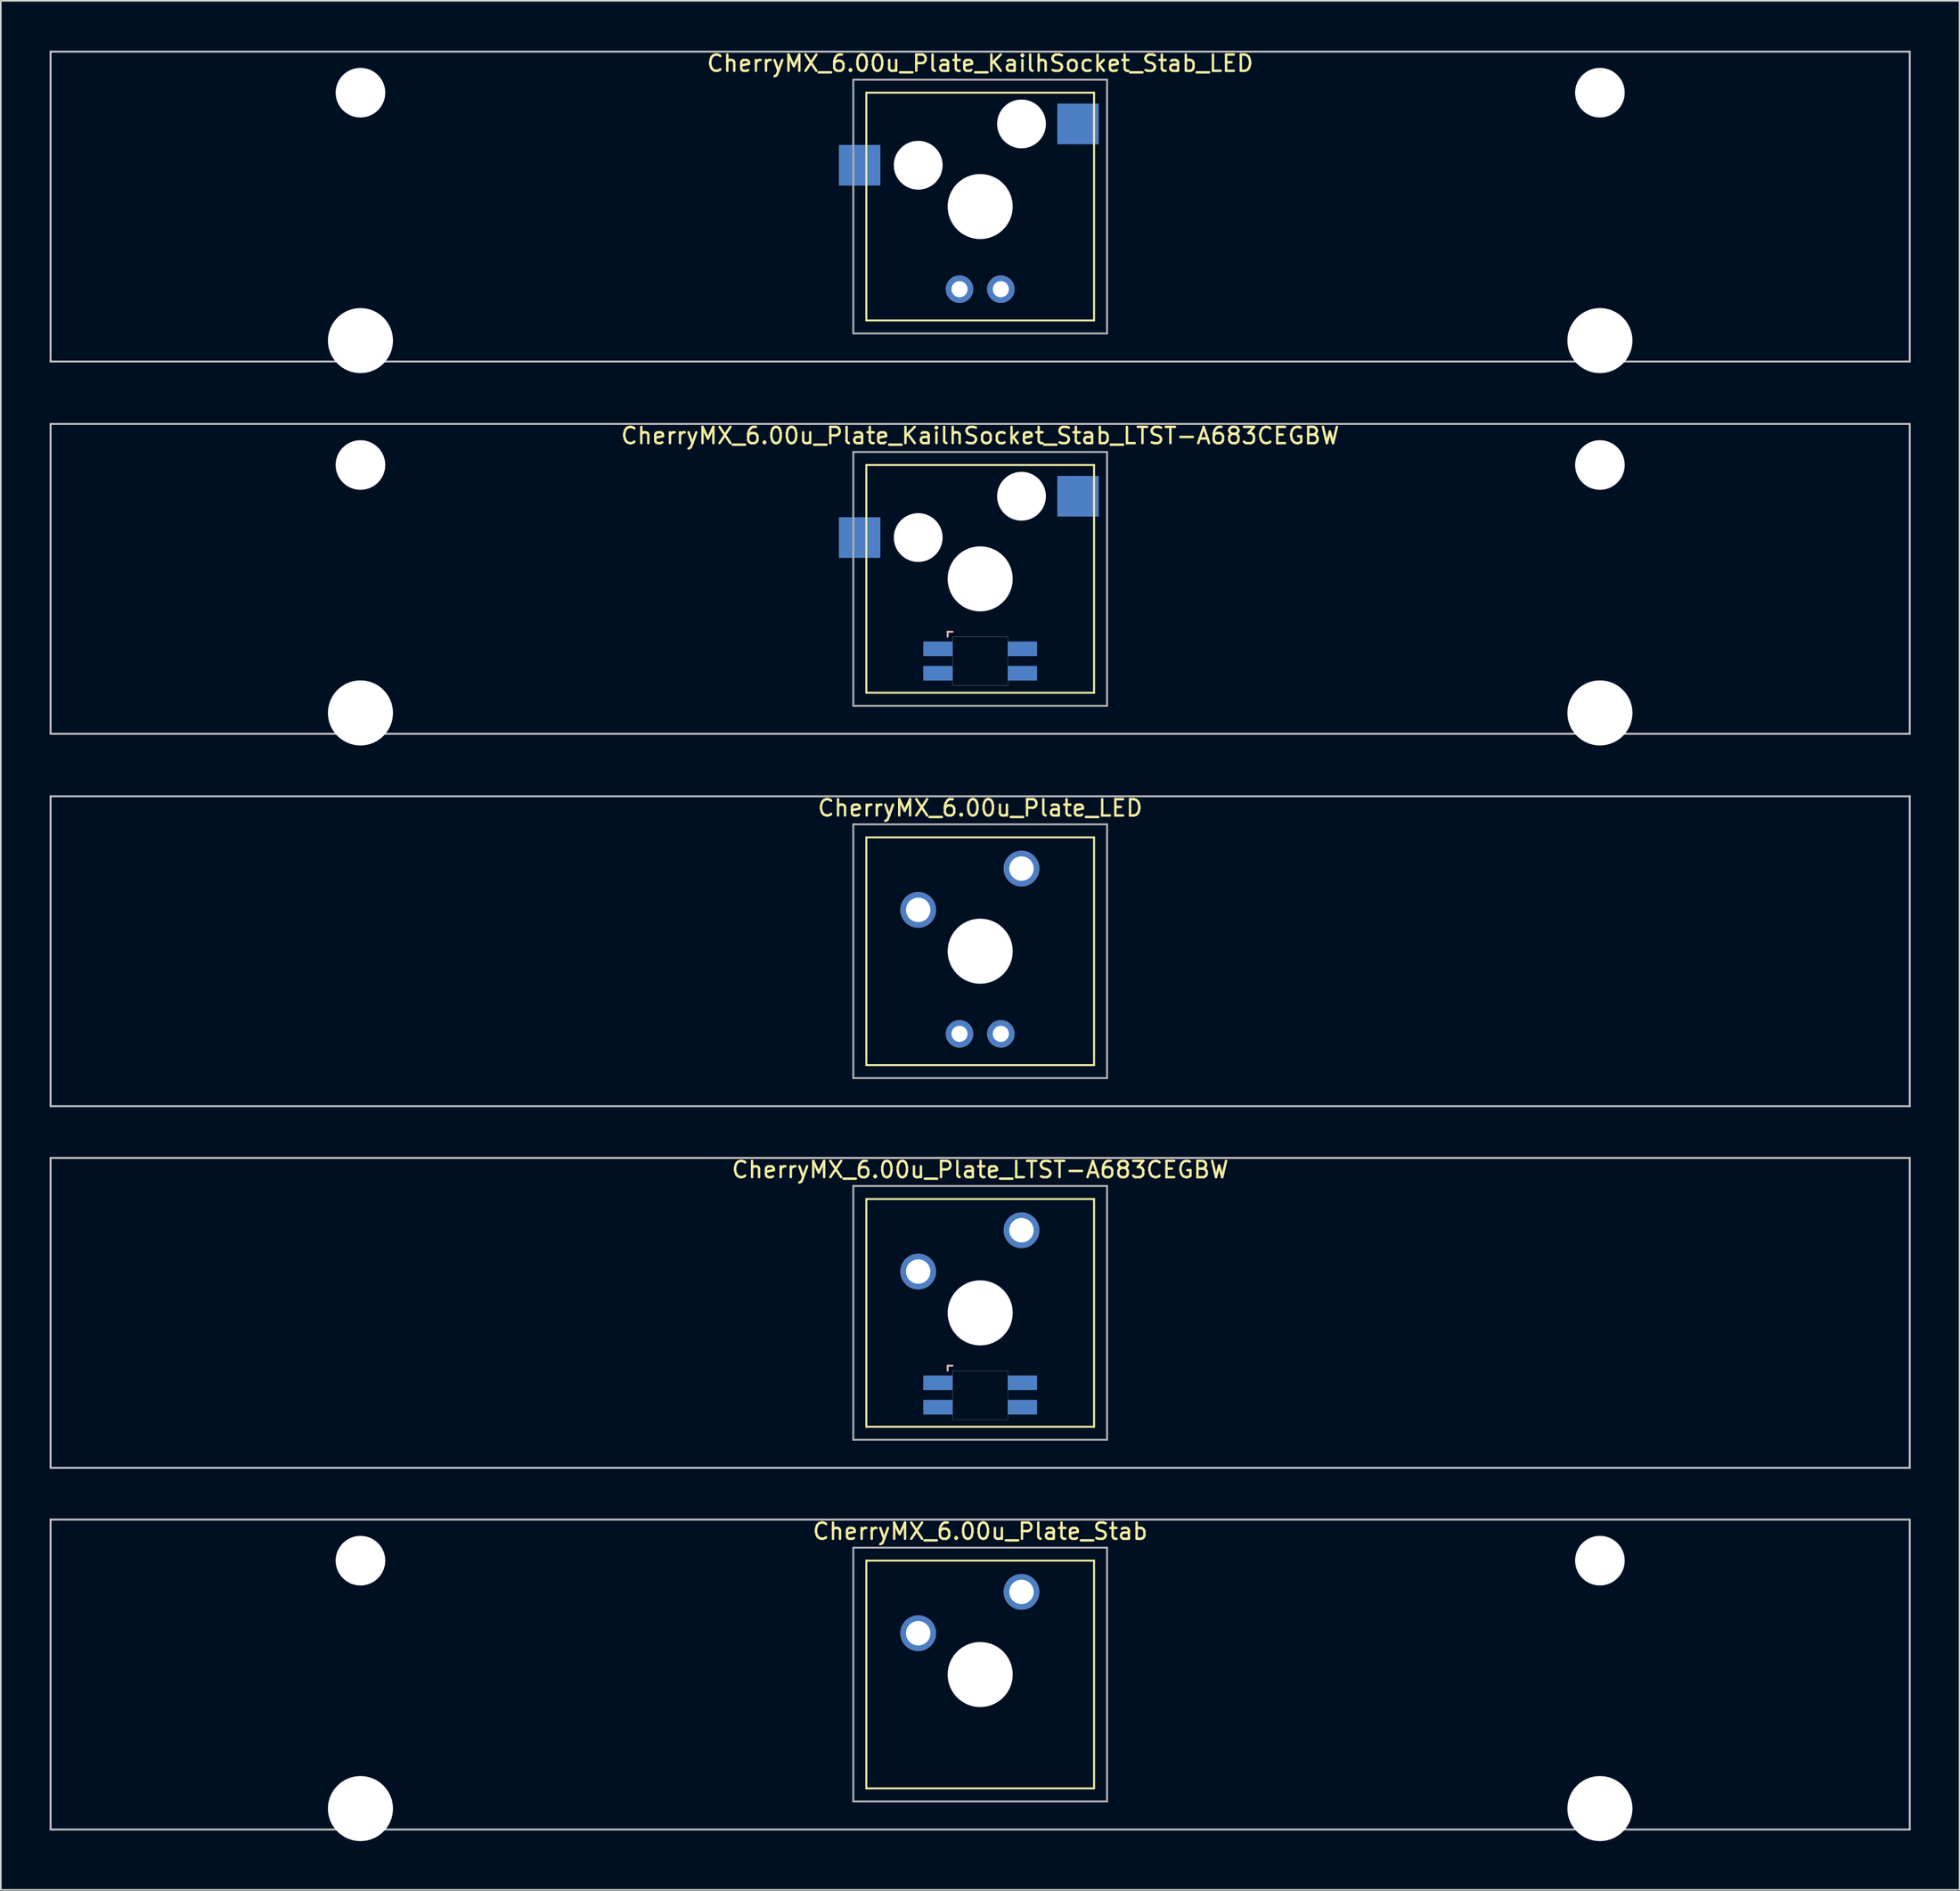
<source format=kicad_pcb>
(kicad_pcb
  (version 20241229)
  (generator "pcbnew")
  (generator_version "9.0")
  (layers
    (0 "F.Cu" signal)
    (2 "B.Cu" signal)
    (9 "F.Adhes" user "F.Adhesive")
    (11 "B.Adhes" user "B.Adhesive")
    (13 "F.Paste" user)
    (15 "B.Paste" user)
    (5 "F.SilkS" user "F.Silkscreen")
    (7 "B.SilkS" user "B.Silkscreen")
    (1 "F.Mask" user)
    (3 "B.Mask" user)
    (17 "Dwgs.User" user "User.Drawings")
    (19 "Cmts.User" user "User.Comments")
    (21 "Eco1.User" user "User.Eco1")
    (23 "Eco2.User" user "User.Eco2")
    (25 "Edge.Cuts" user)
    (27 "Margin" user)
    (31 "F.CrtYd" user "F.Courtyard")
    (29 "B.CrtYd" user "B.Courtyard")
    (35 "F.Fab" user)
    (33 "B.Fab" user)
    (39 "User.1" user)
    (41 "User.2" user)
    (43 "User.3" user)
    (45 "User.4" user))
  (footprint "CherryMX_6.00u_Plate_LTST-A683CEGBW"
    (layer "F.Cu")
    (at 57.21 77.658)
    (property "Reference" "CherryMX_6.00u_Plate_LTST-A683CEGBW" (at 0 -8.8 0) (layer "F.SilkS") (effects (font (size 1 1) (thickness 0.15))))
    (attr through_hole)
    (fp_line (start -7 -7) (end -7 7) (stroke (width 0.12) (type solid)) (layer "F.SilkS"))
    (fp_line (start -7 -7) (end 7 -7) (stroke (width 0.12) (type solid)) (layer "F.SilkS"))
    (fp_line (start 7 -7) (end 7 7) (stroke (width 0.12) (type solid)) (layer "F.SilkS"))
    (fp_line (start 7 7) (end -7 7) (stroke (width 0.12) (type solid)) (layer "F.SilkS"))
    (fp_line (start -2 3.25) (end -2 3.55) (stroke (width 0.12) (type solid)) (layer "B.SilkS"))
    (fp_line (start -1.7 3.25) (end -2 3.25) (stroke (width 0.12) (type solid)) (layer "B.SilkS"))
    (fp_line (start -57.15 -9.525) (end 57.15 -9.525) (stroke (width 0.12) (type solid)) (layer "Dwgs.User"))
    (fp_line (start -57.15 9.525) (end -57.15 -9.525) (stroke (width 0.12) (type solid)) (layer "Dwgs.User"))
    (fp_line (start 57.15 -9.525) (end 57.15 9.525) (stroke (width 0.12) (type solid)) (layer "Dwgs.User"))
    (fp_line (start 57.15 9.525) (end -57.15 9.525) (stroke (width 0.12) (type solid)) (layer "Dwgs.User"))
    (fp_poly (pts (xy 1.7 6.55) (xy -1.7 6.55) (xy -1.7 3.55) (xy 1.7 3.55)) (stroke (width 0.01) (type solid)) (fill no) (layer "Edge.Cuts"))
    (fp_line (start -7.8 -7.8) (end -7.8 7.8) (stroke (width 0.12) (type solid)) (layer "F.Fab"))
    (fp_line (start -7.8 -7.8) (end 7.8 -7.8) (stroke (width 0.12) (type solid)) (layer "F.Fab"))
    (fp_line (start -7.8 7.8) (end 7.8 7.8) (stroke (width 0.12) (type solid)) (layer "F.Fab"))
    (fp_line (start 7.8 -7.8) (end 7.8 7.8) (stroke (width 0.12) (type solid)) (layer "F.Fab"))
    (pad "" np_thru_hole circle (at 0 0) (size 4 4) (drill 4) (layers "*.Cu" "*.Mask"))
    (pad "1" thru_hole circle (at -3.81 -2.54) (size 2.2 2.2) (drill 1.5) (layers "*.Cu" "*.Mask"))
    (pad "2" thru_hole circle (at 2.54 -5.08) (size 2.2 2.2) (drill 1.5) (layers "*.Cu" "*.Mask"))
    (pad "3" smd rect (at -2.6 4.3) (size 1.8 0.9) (layers "B.Cu" "B.Mask" "B.Paste"))
    (pad "4" smd rect (at -2.6 5.8) (size 1.8 0.9) (layers "B.Cu" "B.Mask" "B.Paste"))
    (pad "5" smd rect (at 2.6 4.3) (size 1.8 0.9) (layers "B.Cu" "B.Mask" "B.Paste"))
    (pad "6" smd rect (at 2.6 5.8) (size 1.8 0.9) (layers "B.Cu" "B.Mask" "B.Paste")))
  (footprint "CherryMX_6.00u_Plate_KailhSocket_Stab_LED"
    (layer "F.Cu")
    (at 57.21 9.648)
    (property "Reference" "CherryMX_6.00u_Plate_KailhSocket_Stab_LED" (at 0 -8.8 0) (layer "F.SilkS") (effects (font (size 1 1) (thickness 0.15))))
    (attr through_hole)
    (fp_line (start -7 -7) (end -7 7) (stroke (width 0.12) (type solid)) (layer "F.SilkS"))
    (fp_line (start -7 -7) (end 7 -7) (stroke (width 0.12) (type solid)) (layer "F.SilkS"))
    (fp_line (start 7 -7) (end 7 7) (stroke (width 0.12) (type solid)) (layer "F.SilkS"))
    (fp_line (start 7 7) (end -7 7) (stroke (width 0.12) (type solid)) (layer "F.SilkS"))
    (fp_line (start -57.15 -9.525) (end 57.15 -9.525) (stroke (width 0.12) (type solid)) (layer "Dwgs.User"))
    (fp_line (start -57.15 9.525) (end -57.15 -9.525) (stroke (width 0.12) (type solid)) (layer "Dwgs.User"))
    (fp_line (start 57.15 -9.525) (end 57.15 9.525) (stroke (width 0.12) (type solid)) (layer "Dwgs.User"))
    (fp_line (start 57.15 9.525) (end -57.15 9.525) (stroke (width 0.12) (type solid)) (layer "Dwgs.User"))
    (fp_line (start -7.8 -7.8) (end -7.8 7.8) (stroke (width 0.12) (type solid)) (layer "F.Fab"))
    (fp_line (start -7.8 -7.8) (end 7.8 -7.8) (stroke (width 0.12) (type solid)) (layer "F.Fab"))
    (fp_line (start -7.8 7.8) (end 7.8 7.8) (stroke (width 0.12) (type solid)) (layer "F.Fab"))
    (fp_line (start 7.8 -7.8) (end 7.8 7.8) (stroke (width 0.12) (type solid)) (layer "F.Fab"))
    (pad "" np_thru_hole circle (at -38.1 -7) (size 3.05 3.05) (drill 3.05) (layers "*.Cu" "*.Mask"))
    (pad "" np_thru_hole circle (at -38.1 8.24) (size 4 4) (drill 4) (layers "*.Cu" "*.Mask"))
    (pad "" np_thru_hole circle (at -3.81 -2.54) (size 3 3) (drill 3) (layers "*.Cu" "*.Mask"))
    (pad "" np_thru_hole circle (at 0 0) (size 4 4) (drill 4) (layers "*.Cu" "*.Mask"))
    (pad "" np_thru_hole circle (at 2.54 -5.08) (size 3 3) (drill 3) (layers "*.Cu" "*.Mask"))
    (pad "" np_thru_hole circle (at 38.1 -7) (size 3.05 3.05) (drill 3.05) (layers "*.Cu" "*.Mask"))
    (pad "" np_thru_hole circle (at 38.1 8.24) (size 4 4) (drill 4) (layers "*.Cu" "*.Mask"))
    (pad "1" smd rect (at -7.41 -2.54) (size 2.55 2.5) (layers "B.Cu" "B.Mask" "B.Paste"))
    (pad "2" smd rect (at 6.015 -5.08) (size 2.55 2.5) (layers "B.Cu" "B.Mask" "B.Paste"))
    (pad "3" thru_hole circle (at -1.27 5.08) (size 1.691 1.691) (drill 0.991) (layers "*.Cu" "*.Mask"))
    (pad "4" thru_hole circle (at 1.27 5.08) (size 1.691 1.691) (drill 0.991) (layers "*.Cu" "*.Mask")))
  (footprint "CherryMX_6.00u_Plate_LED"
    (layer "F.Cu")
    (at 57.21 55.425)
    (property "Reference" "CherryMX_6.00u_Plate_LED" (at 0 -8.8 0) (layer "F.SilkS") (effects (font (size 1 1) (thickness 0.15))))
    (attr through_hole)
    (fp_line (start -7 -7) (end -7 7) (stroke (width 0.12) (type solid)) (layer "F.SilkS"))
    (fp_line (start -7 -7) (end 7 -7) (stroke (width 0.12) (type solid)) (layer "F.SilkS"))
    (fp_line (start 7 -7) (end 7 7) (stroke (width 0.12) (type solid)) (layer "F.SilkS"))
    (fp_line (start 7 7) (end -7 7) (stroke (width 0.12) (type solid)) (layer "F.SilkS"))
    (fp_line (start -57.15 -9.525) (end 57.15 -9.525) (stroke (width 0.12) (type solid)) (layer "Dwgs.User"))
    (fp_line (start -57.15 9.525) (end -57.15 -9.525) (stroke (width 0.12) (type solid)) (layer "Dwgs.User"))
    (fp_line (start 57.15 -9.525) (end 57.15 9.525) (stroke (width 0.12) (type solid)) (layer "Dwgs.User"))
    (fp_line (start 57.15 9.525) (end -57.15 9.525) (stroke (width 0.12) (type solid)) (layer "Dwgs.User"))
    (fp_line (start -7.8 -7.8) (end -7.8 7.8) (stroke (width 0.12) (type solid)) (layer "F.Fab"))
    (fp_line (start -7.8 -7.8) (end 7.8 -7.8) (stroke (width 0.12) (type solid)) (layer "F.Fab"))
    (fp_line (start -7.8 7.8) (end 7.8 7.8) (stroke (width 0.12) (type solid)) (layer "F.Fab"))
    (fp_line (start 7.8 -7.8) (end 7.8 7.8) (stroke (width 0.12) (type solid)) (layer "F.Fab"))
    (pad "" np_thru_hole circle (at 0 0) (size 4 4) (drill 4) (layers "*.Cu" "*.Mask"))
    (pad "1" thru_hole circle (at -3.81 -2.54) (size 2.2 2.2) (drill 1.5) (layers "*.Cu" "*.Mask"))
    (pad "2" thru_hole circle (at 2.54 -5.08) (size 2.2 2.2) (drill 1.5) (layers "*.Cu" "*.Mask"))
    (pad "3" thru_hole circle (at -1.27 5.08) (size 1.691 1.691) (drill 0.991) (layers "*.Cu" "*.Mask"))
    (pad "4" thru_hole circle (at 1.27 5.08) (size 1.691 1.691) (drill 0.991) (layers "*.Cu" "*.Mask")))
  (footprint "CherryMX_6.00u_Plate_KailhSocket_Stab_LTST-A683CEGBW"
    (layer "F.Cu")
    (at 57.21 32.536)
    (property "Reference" "CherryMX_6.00u_Plate_KailhSocket_Stab_LTST-A683CEGBW" (at 0 -8.8 0) (layer "F.SilkS") (effects (font (size 1 1) (thickness 0.15))))
    (attr through_hole)
    (fp_line (start -7 -7) (end -7 7) (stroke (width 0.12) (type solid)) (layer "F.SilkS"))
    (fp_line (start -7 -7) (end 7 -7) (stroke (width 0.12) (type solid)) (layer "F.SilkS"))
    (fp_line (start 7 -7) (end 7 7) (stroke (width 0.12) (type solid)) (layer "F.SilkS"))
    (fp_line (start 7 7) (end -7 7) (stroke (width 0.12) (type solid)) (layer "F.SilkS"))
    (fp_line (start -2 3.25) (end -2 3.55) (stroke (width 0.12) (type solid)) (layer "B.SilkS"))
    (fp_line (start -1.7 3.25) (end -2 3.25) (stroke (width 0.12) (type solid)) (layer "B.SilkS"))
    (fp_line (start -57.15 -9.525) (end 57.15 -9.525) (stroke (width 0.12) (type solid)) (layer "Dwgs.User"))
    (fp_line (start -57.15 9.525) (end -57.15 -9.525) (stroke (width 0.12) (type solid)) (layer "Dwgs.User"))
    (fp_line (start 57.15 -9.525) (end 57.15 9.525) (stroke (width 0.12) (type solid)) (layer "Dwgs.User"))
    (fp_line (start 57.15 9.525) (end -57.15 9.525) (stroke (width 0.12) (type solid)) (layer "Dwgs.User"))
    (fp_poly (pts (xy 1.7 6.55) (xy -1.7 6.55) (xy -1.7 3.55) (xy 1.7 3.55)) (stroke (width 0.01) (type solid)) (fill no) (layer "Edge.Cuts"))
    (fp_line (start -7.8 -7.8) (end -7.8 7.8) (stroke (width 0.12) (type solid)) (layer "F.Fab"))
    (fp_line (start -7.8 -7.8) (end 7.8 -7.8) (stroke (width 0.12) (type solid)) (layer "F.Fab"))
    (fp_line (start -7.8 7.8) (end 7.8 7.8) (stroke (width 0.12) (type solid)) (layer "F.Fab"))
    (fp_line (start 7.8 -7.8) (end 7.8 7.8) (stroke (width 0.12) (type solid)) (layer "F.Fab"))
    (pad "" np_thru_hole circle (at -38.1 -7) (size 3.05 3.05) (drill 3.05) (layers "*.Cu" "*.Mask"))
    (pad "" np_thru_hole circle (at -38.1 8.24) (size 4 4) (drill 4) (layers "*.Cu" "*.Mask"))
    (pad "" np_thru_hole circle (at -3.81 -2.54) (size 3 3) (drill 3) (layers "*.Cu" "*.Mask"))
    (pad "" np_thru_hole circle (at 0 0) (size 4 4) (drill 4) (layers "*.Cu" "*.Mask"))
    (pad "" np_thru_hole circle (at 2.54 -5.08) (size 3 3) (drill 3) (layers "*.Cu" "*.Mask"))
    (pad "" np_thru_hole circle (at 38.1 -7) (size 3.05 3.05) (drill 3.05) (layers "*.Cu" "*.Mask"))
    (pad "" np_thru_hole circle (at 38.1 8.24) (size 4 4) (drill 4) (layers "*.Cu" "*.Mask"))
    (pad "1" smd rect (at -7.41 -2.54) (size 2.55 2.5) (layers "B.Cu" "B.Mask" "B.Paste"))
    (pad "2" smd rect (at 6.015 -5.08) (size 2.55 2.5) (layers "B.Cu" "B.Mask" "B.Paste"))
    (pad "3" smd rect (at -2.6 4.3) (size 1.8 0.9) (layers "B.Cu" "B.Mask" "B.Paste"))
    (pad "4" smd rect (at -2.6 5.8) (size 1.8 0.9) (layers "B.Cu" "B.Mask" "B.Paste"))
    (pad "5" smd rect (at 2.6 4.3) (size 1.8 0.9) (layers "B.Cu" "B.Mask" "B.Paste"))
    (pad "6" smd rect (at 2.6 5.8) (size 1.8 0.9) (layers "B.Cu" "B.Mask" "B.Paste")))
  (footprint "CherryMX_6.00u_Plate_Stab"
    (layer "F.Cu")
    (at 57.21 99.891)
    (property "Reference" "CherryMX_6.00u_Plate_Stab" (at 0 -8.8 0) (layer "F.SilkS") (effects (font (size 1 1) (thickness 0.15))))
    (attr through_hole)
    (fp_line (start -7 -7) (end -7 7) (stroke (width 0.12) (type solid)) (layer "F.SilkS"))
    (fp_line (start -7 -7) (end 7 -7) (stroke (width 0.12) (type solid)) (layer "F.SilkS"))
    (fp_line (start 7 -7) (end 7 7) (stroke (width 0.12) (type solid)) (layer "F.SilkS"))
    (fp_line (start 7 7) (end -7 7) (stroke (width 0.12) (type solid)) (layer "F.SilkS"))
    (fp_line (start -57.15 -9.525) (end 57.15 -9.525) (stroke (width 0.12) (type solid)) (layer "Dwgs.User"))
    (fp_line (start -57.15 9.525) (end -57.15 -9.525) (stroke (width 0.12) (type solid)) (layer "Dwgs.User"))
    (fp_line (start 57.15 -9.525) (end 57.15 9.525) (stroke (width 0.12) (type solid)) (layer "Dwgs.User"))
    (fp_line (start 57.15 9.525) (end -57.15 9.525) (stroke (width 0.12) (type solid)) (layer "Dwgs.User"))
    (fp_line (start -7.8 -7.8) (end -7.8 7.8) (stroke (width 0.12) (type solid)) (layer "F.Fab"))
    (fp_line (start -7.8 -7.8) (end 7.8 -7.8) (stroke (width 0.12) (type solid)) (layer "F.Fab"))
    (fp_line (start -7.8 7.8) (end 7.8 7.8) (stroke (width 0.12) (type solid)) (layer "F.Fab"))
    (fp_line (start 7.8 -7.8) (end 7.8 7.8) (stroke (width 0.12) (type solid)) (layer "F.Fab"))
    (pad "" np_thru_hole circle (at -38.1 -7) (size 3.05 3.05) (drill 3.05) (layers "*.Cu" "*.Mask"))
    (pad "" np_thru_hole circle (at -38.1 8.24) (size 4 4) (drill 4) (layers "*.Cu" "*.Mask"))
    (pad "" np_thru_hole circle (at 0 0) (size 4 4) (drill 4) (layers "*.Cu" "*.Mask"))
    (pad "" np_thru_hole circle (at 38.1 -7) (size 3.05 3.05) (drill 3.05) (layers "*.Cu" "*.Mask"))
    (pad "" np_thru_hole circle (at 38.1 8.24) (size 4 4) (drill 4) (layers "*.Cu" "*.Mask"))
    (pad "1" thru_hole circle (at -3.81 -2.54) (size 2.2 2.2) (drill 1.5) (layers "*.Cu" "*.Mask"))
    (pad "2" thru_hole circle (at 2.54 -5.08) (size 2.2 2.2) (drill 1.5) (layers "*.Cu" "*.Mask")))
  (gr_rect
    (start -3 -3)
    (end 117.42 113.131)
    (stroke (width 0.1) (type default))
    (fill no)
    (layer "Edge.Cuts")))
</source>
